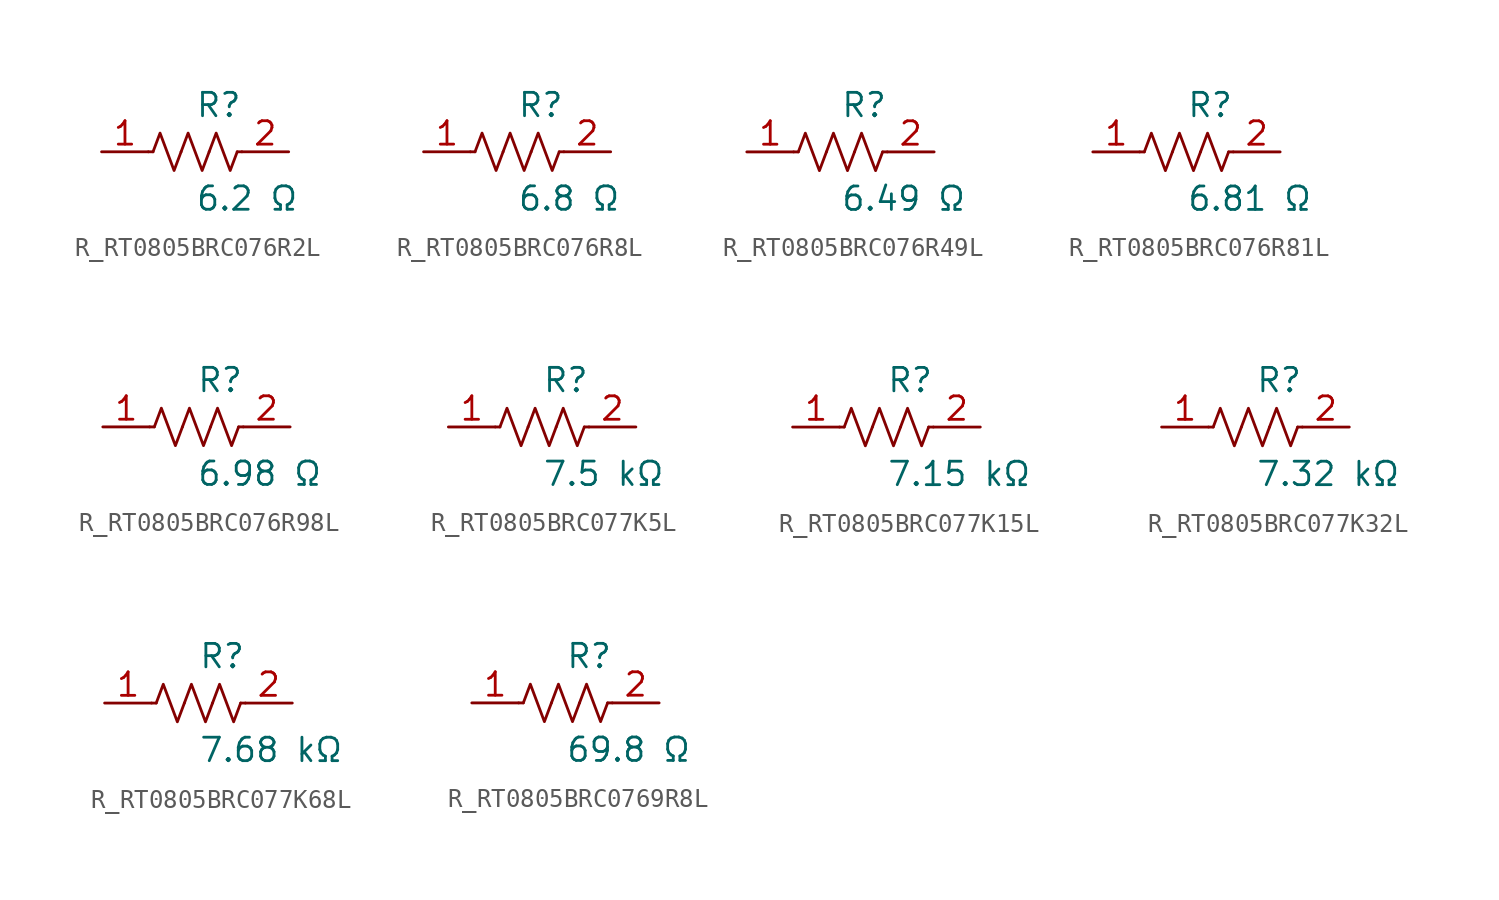
<source format=kicad_sym>
(kicad_symbol_lib
  (version 20231120)
  (generator kicad_symbol_editor)
  (generator_version 8.0)
  (symbol "R_RT0805BRC076R2L"
    (pin_names
      (offset 0.254))
    (property "Reference" "R"
      (at 0.0 2.54 0)
      (effects (font (size 1.27 1.27)) (justify left)))
    (property "Value" "6.2 Ω"
      (at 0.0 -2.54 0)
      (effects (font (size 1.27 1.27)) (justify left)))
    (symbol "R_RT0805BRC076R2L_0_1"
      (polyline (pts (xy 2.286 0) (xy 2.54 0)) (stroke (width 0) (type default)) (fill (type none)))
      (polyline (pts (xy -2.286 0) (xy -2.54 0)) (stroke (width 0) (type default)) (fill (type none)))
      (polyline (pts (xy 0.762 0) (xy 1.143 1.016) (xy 1.524 0) (xy 1.905 -1.016) (xy 2.286 0)) (stroke (width 0) (type default)) (fill (type none)))
      (polyline (pts (xy -0.762 0) (xy -0.381 1.016) (xy 0 0) (xy 0.381 -1.016) (xy 0.762 0)) (stroke (width 0) (type default)) (fill (type none)))
      (polyline (pts (xy -2.286 0) (xy -1.905 1.016) (xy -1.524 0) (xy -1.143 -1.016) (xy -0.762 0)) (stroke (width 0) (type default)) (fill (type none))))
    (pin unspecified line
      (at -5.08 0 0)
      (length 2.54)
      (name "" (effects (font (size 1.27 1.27))))
      (number "1" (effects (font (size 1.27 1.27)))))
    (pin unspecified line
      (at 5.08 0 180)
      (length 2.54)
      (name "" (effects (font (size 1.27 1.27))))
      (number "2" (effects (font (size 1.27 1.27))))))
  (symbol "R_RT0805BRC076R8L"
    (pin_names
      (offset 0.254))
    (property "Reference" "R"
      (at 0.0 2.54 0)
      (effects (font (size 1.27 1.27)) (justify left)))
    (property "Value" "6.8 Ω"
      (at 0.0 -2.54 0)
      (effects (font (size 1.27 1.27)) (justify left)))
    (symbol "R_RT0805BRC076R8L_0_1"
      (polyline (pts (xy 2.286 0) (xy 2.54 0)) (stroke (width 0) (type default)) (fill (type none)))
      (polyline (pts (xy -2.286 0) (xy -2.54 0)) (stroke (width 0) (type default)) (fill (type none)))
      (polyline (pts (xy 0.762 0) (xy 1.143 1.016) (xy 1.524 0) (xy 1.905 -1.016) (xy 2.286 0)) (stroke (width 0) (type default)) (fill (type none)))
      (polyline (pts (xy -0.762 0) (xy -0.381 1.016) (xy 0 0) (xy 0.381 -1.016) (xy 0.762 0)) (stroke (width 0) (type default)) (fill (type none)))
      (polyline (pts (xy -2.286 0) (xy -1.905 1.016) (xy -1.524 0) (xy -1.143 -1.016) (xy -0.762 0)) (stroke (width 0) (type default)) (fill (type none))))
    (pin unspecified line
      (at -5.08 0 0)
      (length 2.54)
      (name "" (effects (font (size 1.27 1.27))))
      (number "1" (effects (font (size 1.27 1.27)))))
    (pin unspecified line
      (at 5.08 0 180)
      (length 2.54)
      (name "" (effects (font (size 1.27 1.27))))
      (number "2" (effects (font (size 1.27 1.27))))))
  (symbol "R_RT0805BRC076R49L"
    (pin_names
      (offset 0.254))
    (property "Reference" "R"
      (at 0.0 2.54 0)
      (effects (font (size 1.27 1.27)) (justify left)))
    (property "Value" "6.49 Ω"
      (at 0.0 -2.54 0)
      (effects (font (size 1.27 1.27)) (justify left)))
    (symbol "R_RT0805BRC076R49L_0_1"
      (polyline (pts (xy 2.286 0) (xy 2.54 0)) (stroke (width 0) (type default)) (fill (type none)))
      (polyline (pts (xy -2.286 0) (xy -2.54 0)) (stroke (width 0) (type default)) (fill (type none)))
      (polyline (pts (xy 0.762 0) (xy 1.143 1.016) (xy 1.524 0) (xy 1.905 -1.016) (xy 2.286 0)) (stroke (width 0) (type default)) (fill (type none)))
      (polyline (pts (xy -0.762 0) (xy -0.381 1.016) (xy 0 0) (xy 0.381 -1.016) (xy 0.762 0)) (stroke (width 0) (type default)) (fill (type none)))
      (polyline (pts (xy -2.286 0) (xy -1.905 1.016) (xy -1.524 0) (xy -1.143 -1.016) (xy -0.762 0)) (stroke (width 0) (type default)) (fill (type none))))
    (pin unspecified line
      (at -5.08 0 0)
      (length 2.54)
      (name "" (effects (font (size 1.27 1.27))))
      (number "1" (effects (font (size 1.27 1.27)))))
    (pin unspecified line
      (at 5.08 0 180)
      (length 2.54)
      (name "" (effects (font (size 1.27 1.27))))
      (number "2" (effects (font (size 1.27 1.27))))))
  (symbol "R_RT0805BRC076R81L"
    (pin_names
      (offset 0.254))
    (property "Reference" "R"
      (at 0.0 2.54 0)
      (effects (font (size 1.27 1.27)) (justify left)))
    (property "Value" "6.81 Ω"
      (at 0.0 -2.54 0)
      (effects (font (size 1.27 1.27)) (justify left)))
    (symbol "R_RT0805BRC076R81L_0_1"
      (polyline (pts (xy 2.286 0) (xy 2.54 0)) (stroke (width 0) (type default)) (fill (type none)))
      (polyline (pts (xy -2.286 0) (xy -2.54 0)) (stroke (width 0) (type default)) (fill (type none)))
      (polyline (pts (xy 0.762 0) (xy 1.143 1.016) (xy 1.524 0) (xy 1.905 -1.016) (xy 2.286 0)) (stroke (width 0) (type default)) (fill (type none)))
      (polyline (pts (xy -0.762 0) (xy -0.381 1.016) (xy 0 0) (xy 0.381 -1.016) (xy 0.762 0)) (stroke (width 0) (type default)) (fill (type none)))
      (polyline (pts (xy -2.286 0) (xy -1.905 1.016) (xy -1.524 0) (xy -1.143 -1.016) (xy -0.762 0)) (stroke (width 0) (type default)) (fill (type none))))
    (pin unspecified line
      (at -5.08 0 0)
      (length 2.54)
      (name "" (effects (font (size 1.27 1.27))))
      (number "1" (effects (font (size 1.27 1.27)))))
    (pin unspecified line
      (at 5.08 0 180)
      (length 2.54)
      (name "" (effects (font (size 1.27 1.27))))
      (number "2" (effects (font (size 1.27 1.27))))))
  (symbol "R_RT0805BRC076R98L"
    (pin_names
      (offset 0.254))
    (property "Reference" "R"
      (at 0.0 2.54 0)
      (effects (font (size 1.27 1.27)) (justify left)))
    (property "Value" "6.98 Ω"
      (at 0.0 -2.54 0)
      (effects (font (size 1.27 1.27)) (justify left)))
    (symbol "R_RT0805BRC076R98L_0_1"
      (polyline (pts (xy 2.286 0) (xy 2.54 0)) (stroke (width 0) (type default)) (fill (type none)))
      (polyline (pts (xy -2.286 0) (xy -2.54 0)) (stroke (width 0) (type default)) (fill (type none)))
      (polyline (pts (xy 0.762 0) (xy 1.143 1.016) (xy 1.524 0) (xy 1.905 -1.016) (xy 2.286 0)) (stroke (width 0) (type default)) (fill (type none)))
      (polyline (pts (xy -0.762 0) (xy -0.381 1.016) (xy 0 0) (xy 0.381 -1.016) (xy 0.762 0)) (stroke (width 0) (type default)) (fill (type none)))
      (polyline (pts (xy -2.286 0) (xy -1.905 1.016) (xy -1.524 0) (xy -1.143 -1.016) (xy -0.762 0)) (stroke (width 0) (type default)) (fill (type none))))
    (pin unspecified line
      (at -5.08 0 0)
      (length 2.54)
      (name "" (effects (font (size 1.27 1.27))))
      (number "1" (effects (font (size 1.27 1.27)))))
    (pin unspecified line
      (at 5.08 0 180)
      (length 2.54)
      (name "" (effects (font (size 1.27 1.27))))
      (number "2" (effects (font (size 1.27 1.27))))))
  (symbol "R_RT0805BRC077K5L"
    (pin_names
      (offset 0.254))
    (property "Reference" "R"
      (at 0.0 2.54 0)
      (effects (font (size 1.27 1.27)) (justify left)))
    (property "Value" "7.5 kΩ"
      (at 0.0 -2.54 0)
      (effects (font (size 1.27 1.27)) (justify left)))
    (symbol "R_RT0805BRC077K5L_0_1"
      (polyline (pts (xy 2.286 0) (xy 2.54 0)) (stroke (width 0) (type default)) (fill (type none)))
      (polyline (pts (xy -2.286 0) (xy -2.54 0)) (stroke (width 0) (type default)) (fill (type none)))
      (polyline (pts (xy 0.762 0) (xy 1.143 1.016) (xy 1.524 0) (xy 1.905 -1.016) (xy 2.286 0)) (stroke (width 0) (type default)) (fill (type none)))
      (polyline (pts (xy -0.762 0) (xy -0.381 1.016) (xy 0 0) (xy 0.381 -1.016) (xy 0.762 0)) (stroke (width 0) (type default)) (fill (type none)))
      (polyline (pts (xy -2.286 0) (xy -1.905 1.016) (xy -1.524 0) (xy -1.143 -1.016) (xy -0.762 0)) (stroke (width 0) (type default)) (fill (type none))))
    (pin unspecified line
      (at -5.08 0 0)
      (length 2.54)
      (name "" (effects (font (size 1.27 1.27))))
      (number "1" (effects (font (size 1.27 1.27)))))
    (pin unspecified line
      (at 5.08 0 180)
      (length 2.54)
      (name "" (effects (font (size 1.27 1.27))))
      (number "2" (effects (font (size 1.27 1.27))))))
  (symbol "R_RT0805BRC077K15L"
    (pin_names
      (offset 0.254))
    (property "Reference" "R"
      (at 0.0 2.54 0)
      (effects (font (size 1.27 1.27)) (justify left)))
    (property "Value" "7.15 kΩ"
      (at 0.0 -2.54 0)
      (effects (font (size 1.27 1.27)) (justify left)))
    (symbol "R_RT0805BRC077K15L_0_1"
      (polyline (pts (xy 2.286 0) (xy 2.54 0)) (stroke (width 0) (type default)) (fill (type none)))
      (polyline (pts (xy -2.286 0) (xy -2.54 0)) (stroke (width 0) (type default)) (fill (type none)))
      (polyline (pts (xy 0.762 0) (xy 1.143 1.016) (xy 1.524 0) (xy 1.905 -1.016) (xy 2.286 0)) (stroke (width 0) (type default)) (fill (type none)))
      (polyline (pts (xy -0.762 0) (xy -0.381 1.016) (xy 0 0) (xy 0.381 -1.016) (xy 0.762 0)) (stroke (width 0) (type default)) (fill (type none)))
      (polyline (pts (xy -2.286 0) (xy -1.905 1.016) (xy -1.524 0) (xy -1.143 -1.016) (xy -0.762 0)) (stroke (width 0) (type default)) (fill (type none))))
    (pin unspecified line
      (at -5.08 0 0)
      (length 2.54)
      (name "" (effects (font (size 1.27 1.27))))
      (number "1" (effects (font (size 1.27 1.27)))))
    (pin unspecified line
      (at 5.08 0 180)
      (length 2.54)
      (name "" (effects (font (size 1.27 1.27))))
      (number "2" (effects (font (size 1.27 1.27))))))
  (symbol "R_RT0805BRC077K32L"
    (pin_names
      (offset 0.254))
    (property "Reference" "R"
      (at 0.0 2.54 0)
      (effects (font (size 1.27 1.27)) (justify left)))
    (property "Value" "7.32 kΩ"
      (at 0.0 -2.54 0)
      (effects (font (size 1.27 1.27)) (justify left)))
    (symbol "R_RT0805BRC077K32L_0_1"
      (polyline (pts (xy 2.286 0) (xy 2.54 0)) (stroke (width 0) (type default)) (fill (type none)))
      (polyline (pts (xy -2.286 0) (xy -2.54 0)) (stroke (width 0) (type default)) (fill (type none)))
      (polyline (pts (xy 0.762 0) (xy 1.143 1.016) (xy 1.524 0) (xy 1.905 -1.016) (xy 2.286 0)) (stroke (width 0) (type default)) (fill (type none)))
      (polyline (pts (xy -0.762 0) (xy -0.381 1.016) (xy 0 0) (xy 0.381 -1.016) (xy 0.762 0)) (stroke (width 0) (type default)) (fill (type none)))
      (polyline (pts (xy -2.286 0) (xy -1.905 1.016) (xy -1.524 0) (xy -1.143 -1.016) (xy -0.762 0)) (stroke (width 0) (type default)) (fill (type none))))
    (pin unspecified line
      (at -5.08 0 0)
      (length 2.54)
      (name "" (effects (font (size 1.27 1.27))))
      (number "1" (effects (font (size 1.27 1.27)))))
    (pin unspecified line
      (at 5.08 0 180)
      (length 2.54)
      (name "" (effects (font (size 1.27 1.27))))
      (number "2" (effects (font (size 1.27 1.27))))))
  (symbol "R_RT0805BRC077K68L"
    (pin_names
      (offset 0.254))
    (property "Reference" "R"
      (at 0.0 2.54 0)
      (effects (font (size 1.27 1.27)) (justify left)))
    (property "Value" "7.68 kΩ"
      (at 0.0 -2.54 0)
      (effects (font (size 1.27 1.27)) (justify left)))
    (symbol "R_RT0805BRC077K68L_0_1"
      (polyline (pts (xy 2.286 0) (xy 2.54 0)) (stroke (width 0) (type default)) (fill (type none)))
      (polyline (pts (xy -2.286 0) (xy -2.54 0)) (stroke (width 0) (type default)) (fill (type none)))
      (polyline (pts (xy 0.762 0) (xy 1.143 1.016) (xy 1.524 0) (xy 1.905 -1.016) (xy 2.286 0)) (stroke (width 0) (type default)) (fill (type none)))
      (polyline (pts (xy -0.762 0) (xy -0.381 1.016) (xy 0 0) (xy 0.381 -1.016) (xy 0.762 0)) (stroke (width 0) (type default)) (fill (type none)))
      (polyline (pts (xy -2.286 0) (xy -1.905 1.016) (xy -1.524 0) (xy -1.143 -1.016) (xy -0.762 0)) (stroke (width 0) (type default)) (fill (type none))))
    (pin unspecified line
      (at -5.08 0 0)
      (length 2.54)
      (name "" (effects (font (size 1.27 1.27))))
      (number "1" (effects (font (size 1.27 1.27)))))
    (pin unspecified line
      (at 5.08 0 180)
      (length 2.54)
      (name "" (effects (font (size 1.27 1.27))))
      (number "2" (effects (font (size 1.27 1.27))))))
  (symbol "R_RT0805BRC0769R8L"
    (pin_names
      (offset 0.254))
    (property "Reference" "R"
      (at 0.0 2.54 0)
      (effects (font (size 1.27 1.27)) (justify left)))
    (property "Value" "69.8 Ω"
      (at 0.0 -2.54 0)
      (effects (font (size 1.27 1.27)) (justify left)))
    (symbol "R_RT0805BRC0769R8L_0_1"
      (polyline (pts (xy 2.286 0) (xy 2.54 0)) (stroke (width 0) (type default)) (fill (type none)))
      (polyline (pts (xy -2.286 0) (xy -2.54 0)) (stroke (width 0) (type default)) (fill (type none)))
      (polyline (pts (xy 0.762 0) (xy 1.143 1.016) (xy 1.524 0) (xy 1.905 -1.016) (xy 2.286 0)) (stroke (width 0) (type default)) (fill (type none)))
      (polyline (pts (xy -0.762 0) (xy -0.381 1.016) (xy 0 0) (xy 0.381 -1.016) (xy 0.762 0)) (stroke (width 0) (type default)) (fill (type none)))
      (polyline (pts (xy -2.286 0) (xy -1.905 1.016) (xy -1.524 0) (xy -1.143 -1.016) (xy -0.762 0)) (stroke (width 0) (type default)) (fill (type none))))
    (pin unspecified line
      (at -5.08 0 0)
      (length 2.54)
      (name "" (effects (font (size 1.27 1.27))))
      (number "1" (effects (font (size 1.27 1.27)))))
    (pin unspecified line
      (at 5.08 0 180)
      (length 2.54)
      (name "" (effects (font (size 1.27 1.27))))
      (number "2" (effects (font (size 1.27 1.27)))))))
</source>
